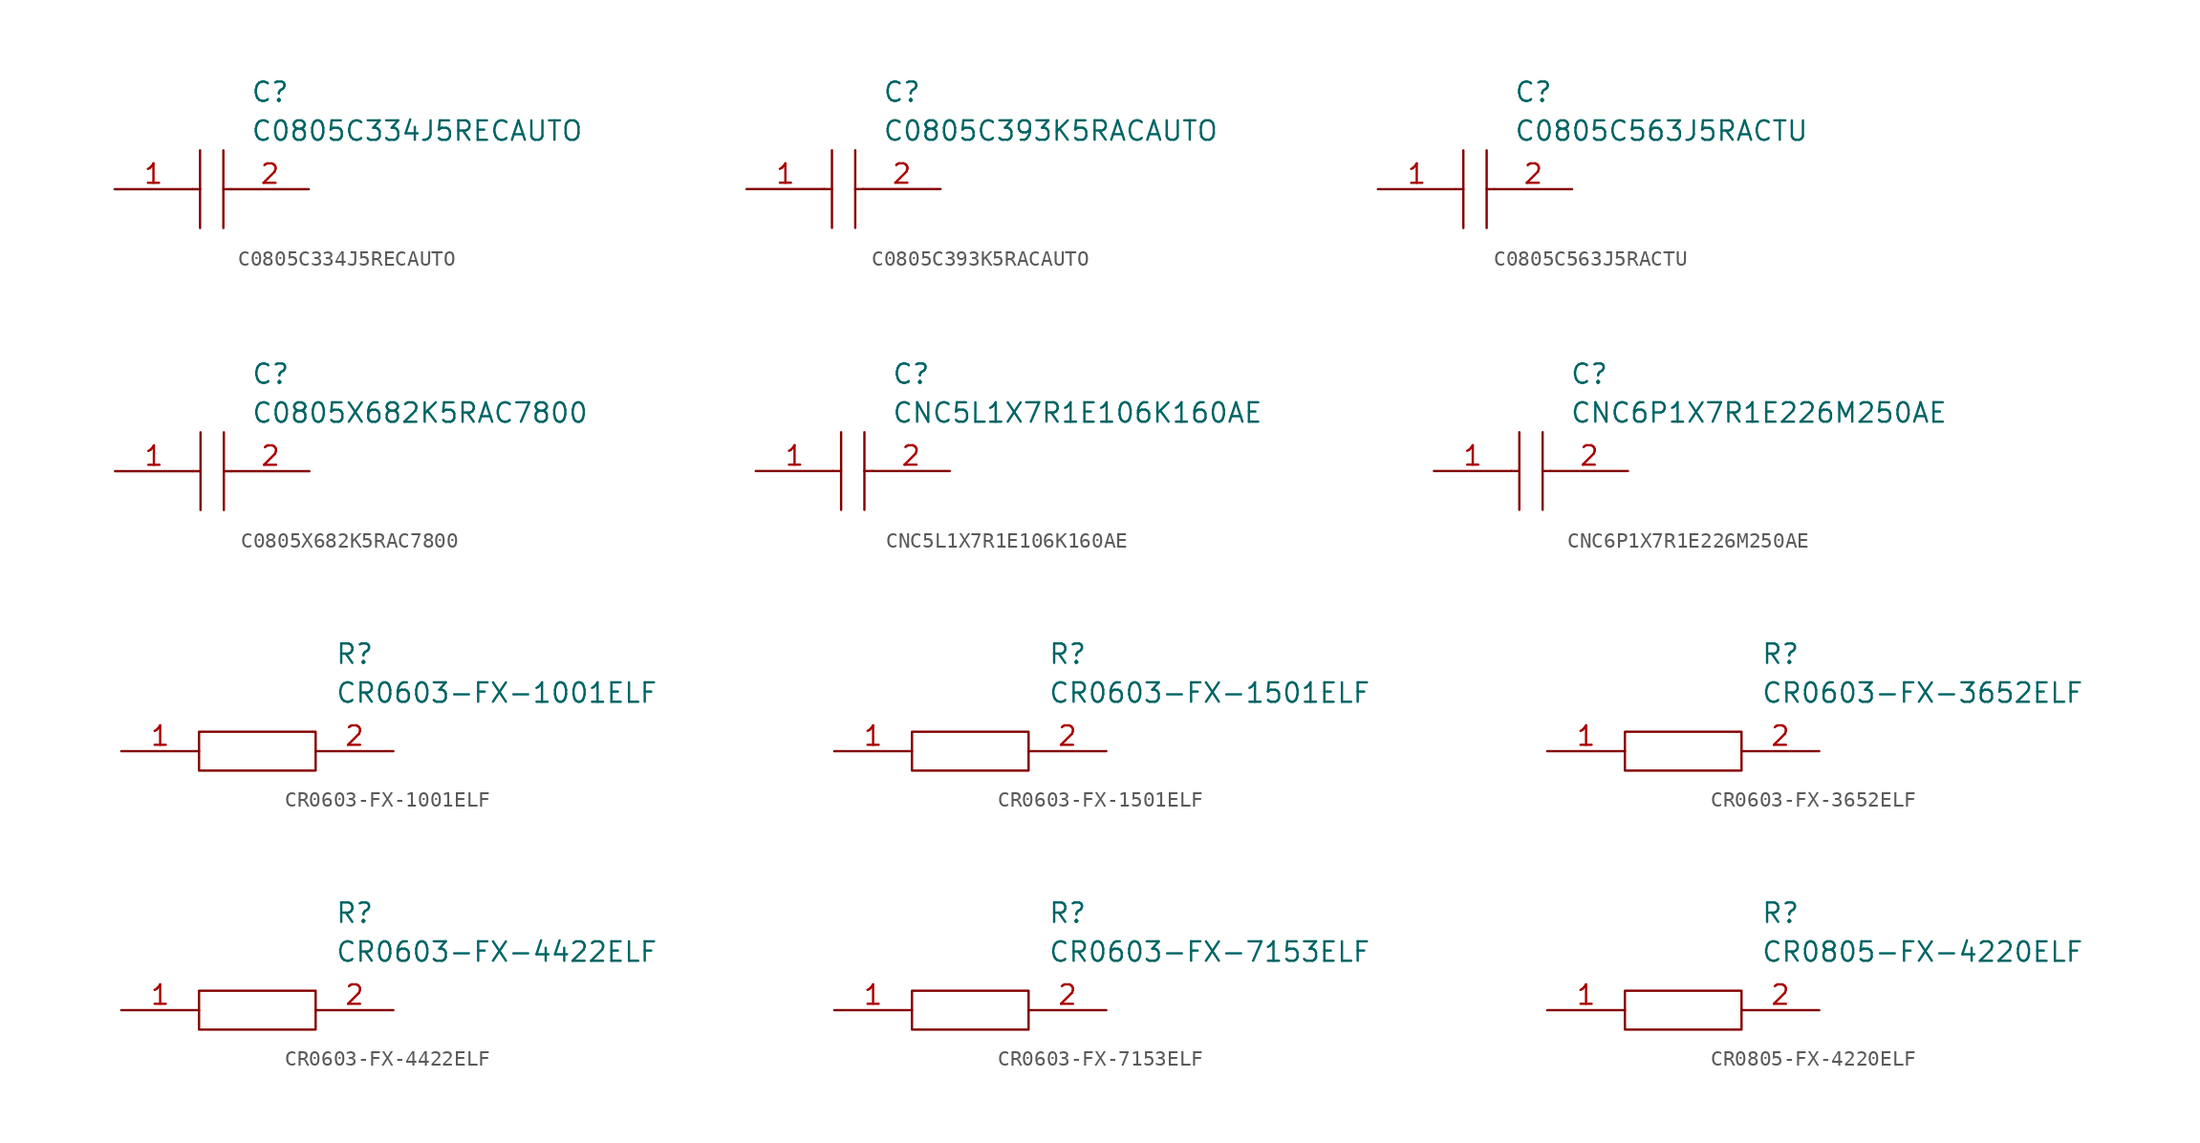
<source format=kicad_sym>
(kicad_symbol_lib
  (version 20211014)
  (generator kicad_symbol_editor)
  (symbol "C0805C334J5RECAUTO"
    (pin_names
      (offset 0.762))
    (property "Reference" "C"
      (at 8.89 6.35 0)
      (effects (font (size 1.27 1.27)) (justify left)))
    (property "Value" "C0805C334J5RECAUTO"
      (at 8.89 3.81 0)
      (effects (font (size 1.27 1.27)) (justify left)))
    (symbol "C0805C334J5RECAUTO_0_0"
      (pin passive line (at 0 0 0) (length 5.08) (name "~" (effects (font (size 1.27 1.27)))) (number "1" (effects (font (size 1.27 1.27)))))
      (pin passive line (at 12.7 0 180) (length 5.08) (name "~" (effects (font (size 1.27 1.27)))) (number "2" (effects (font (size 1.27 1.27))))))
    (symbol "C0805C334J5RECAUTO_0_1"
      (polyline (pts (xy 5.08 0) (xy 5.588 0)) (stroke (width 0.152) (type default) (color 0 0 0 0)) (fill (type none)))
      (polyline (pts (xy 5.588 2.54) (xy 5.588 -2.54)) (stroke (width 0.152) (type default) (color 0 0 0 0)) (fill (type none)))
      (polyline (pts (xy 7.112 0) (xy 7.62 0)) (stroke (width 0.152) (type default) (color 0 0 0 0)) (fill (type none)))
      (polyline (pts (xy 7.112 2.54) (xy 7.112 -2.54)) (stroke (width 0.152) (type default) (color 0 0 0 0)) (fill (type none)))))
  (symbol "C0805C393K5RACAUTO"
    (pin_names
      (offset 0.762))
    (property "Reference" "C"
      (at 8.89 6.35 0)
      (effects (font (size 1.27 1.27)) (justify left)))
    (property "Value" "C0805C393K5RACAUTO"
      (at 8.89 3.81 0)
      (effects (font (size 1.27 1.27)) (justify left)))
    (symbol "C0805C393K5RACAUTO_0_0"
      (pin passive line (at 0 0 0) (length 5.08) (name "~" (effects (font (size 1.27 1.27)))) (number "1" (effects (font (size 1.27 1.27)))))
      (pin passive line (at 12.7 0 180) (length 5.08) (name "~" (effects (font (size 1.27 1.27)))) (number "2" (effects (font (size 1.27 1.27))))))
    (symbol "C0805C393K5RACAUTO_0_1"
      (polyline (pts (xy 5.08 0) (xy 5.588 0)) (stroke (width 0.152) (type default) (color 0 0 0 0)) (fill (type none)))
      (polyline (pts (xy 5.588 2.54) (xy 5.588 -2.54)) (stroke (width 0.152) (type default) (color 0 0 0 0)) (fill (type none)))
      (polyline (pts (xy 7.112 0) (xy 7.62 0)) (stroke (width 0.152) (type default) (color 0 0 0 0)) (fill (type none)))
      (polyline (pts (xy 7.112 2.54) (xy 7.112 -2.54)) (stroke (width 0.152) (type default) (color 0 0 0 0)) (fill (type none)))))
  (symbol "C0805C563J5RACTU"
    (pin_names
      (offset 0.762))
    (property "Reference" "C"
      (at 8.89 6.35 0)
      (effects (font (size 1.27 1.27)) (justify left)))
    (property "Value" "C0805C563J5RACTU"
      (at 8.89 3.81 0)
      (effects (font (size 1.27 1.27)) (justify left)))
    (symbol "C0805C563J5RACTU_0_0"
      (pin passive line (at 0 0 0) (length 5.08) (name "~" (effects (font (size 1.27 1.27)))) (number "1" (effects (font (size 1.27 1.27)))))
      (pin passive line (at 12.7 0 180) (length 5.08) (name "~" (effects (font (size 1.27 1.27)))) (number "2" (effects (font (size 1.27 1.27))))))
    (symbol "C0805C563J5RACTU_0_1"
      (polyline (pts (xy 5.08 0) (xy 5.588 0)) (stroke (width 0.152) (type default) (color 0 0 0 0)) (fill (type none)))
      (polyline (pts (xy 5.588 2.54) (xy 5.588 -2.54)) (stroke (width 0.152) (type default) (color 0 0 0 0)) (fill (type none)))
      (polyline (pts (xy 7.112 0) (xy 7.62 0)) (stroke (width 0.152) (type default) (color 0 0 0 0)) (fill (type none)))
      (polyline (pts (xy 7.112 2.54) (xy 7.112 -2.54)) (stroke (width 0.152) (type default) (color 0 0 0 0)) (fill (type none)))))
  (symbol "C0805X682K5RAC7800"
    (pin_names
      (offset 0.762))
    (property "Reference" "C"
      (at 8.89 6.35 0)
      (effects (font (size 1.27 1.27)) (justify left)))
    (property "Value" "C0805X682K5RAC7800"
      (at 8.89 3.81 0)
      (effects (font (size 1.27 1.27)) (justify left)))
    (symbol "C0805X682K5RAC7800_0_0"
      (pin passive line (at 0 0 0) (length 5.08) (name "~" (effects (font (size 1.27 1.27)))) (number "1" (effects (font (size 1.27 1.27)))))
      (pin passive line (at 12.7 0 180) (length 5.08) (name "~" (effects (font (size 1.27 1.27)))) (number "2" (effects (font (size 1.27 1.27))))))
    (symbol "C0805X682K5RAC7800_0_1"
      (polyline (pts (xy 5.08 0) (xy 5.588 0)) (stroke (width 0.152) (type default) (color 0 0 0 0)) (fill (type none)))
      (polyline (pts (xy 5.588 2.54) (xy 5.588 -2.54)) (stroke (width 0.152) (type default) (color 0 0 0 0)) (fill (type none)))
      (polyline (pts (xy 7.112 0) (xy 7.62 0)) (stroke (width 0.152) (type default) (color 0 0 0 0)) (fill (type none)))
      (polyline (pts (xy 7.112 2.54) (xy 7.112 -2.54)) (stroke (width 0.152) (type default) (color 0 0 0 0)) (fill (type none)))))
  (symbol "CNC5L1X7R1E106K160AE"
    (pin_names
      (offset 0.762))
    (property "Reference" "C"
      (at 8.89 6.35 0)
      (effects (font (size 1.27 1.27)) (justify left)))
    (property "Value" "CNC5L1X7R1E106K160AE"
      (at 8.89 3.81 0)
      (effects (font (size 1.27 1.27)) (justify left)))
    (symbol "CNC5L1X7R1E106K160AE_0_0"
      (pin passive line (at 0 0 0) (length 5.08) (name "~" (effects (font (size 1.27 1.27)))) (number "1" (effects (font (size 1.27 1.27)))))
      (pin passive line (at 12.7 0 180) (length 5.08) (name "~" (effects (font (size 1.27 1.27)))) (number "2" (effects (font (size 1.27 1.27))))))
    (symbol "CNC5L1X7R1E106K160AE_0_1"
      (polyline (pts (xy 5.08 0) (xy 5.588 0)) (stroke (width 0.152) (type default) (color 0 0 0 0)) (fill (type none)))
      (polyline (pts (xy 5.588 2.54) (xy 5.588 -2.54)) (stroke (width 0.152) (type default) (color 0 0 0 0)) (fill (type none)))
      (polyline (pts (xy 7.112 0) (xy 7.62 0)) (stroke (width 0.152) (type default) (color 0 0 0 0)) (fill (type none)))
      (polyline (pts (xy 7.112 2.54) (xy 7.112 -2.54)) (stroke (width 0.152) (type default) (color 0 0 0 0)) (fill (type none)))))
  (symbol "CNC6P1X7R1E226M250AE"
    (pin_names
      (offset 0.762))
    (property "Reference" "C"
      (at 8.89 6.35 0)
      (effects (font (size 1.27 1.27)) (justify left)))
    (property "Value" "CNC6P1X7R1E226M250AE"
      (at 8.89 3.81 0)
      (effects (font (size 1.27 1.27)) (justify left)))
    (symbol "CNC6P1X7R1E226M250AE_0_0"
      (pin passive line (at 0 0 0) (length 5.08) (name "~" (effects (font (size 1.27 1.27)))) (number "1" (effects (font (size 1.27 1.27)))))
      (pin passive line (at 12.7 0 180) (length 5.08) (name "~" (effects (font (size 1.27 1.27)))) (number "2" (effects (font (size 1.27 1.27))))))
    (symbol "CNC6P1X7R1E226M250AE_0_1"
      (polyline (pts (xy 5.08 0) (xy 5.588 0)) (stroke (width 0.152) (type default) (color 0 0 0 0)) (fill (type none)))
      (polyline (pts (xy 5.588 2.54) (xy 5.588 -2.54)) (stroke (width 0.152) (type default) (color 0 0 0 0)) (fill (type none)))
      (polyline (pts (xy 7.112 0) (xy 7.62 0)) (stroke (width 0.152) (type default) (color 0 0 0 0)) (fill (type none)))
      (polyline (pts (xy 7.112 2.54) (xy 7.112 -2.54)) (stroke (width 0.152) (type default) (color 0 0 0 0)) (fill (type none)))))
  (symbol "CR0603-FX-1001ELF"
    (pin_names
      (offset 0.762))
    (property "Reference" "R"
      (at 13.97 6.35 0)
      (effects (font (size 1.27 1.27)) (justify left)))
    (property "Value" "CR0603-FX-1001ELF"
      (at 13.97 3.81 0)
      (effects (font (size 1.27 1.27)) (justify left)))
    (symbol "CR0603-FX-1001ELF_0_0"
      (pin passive line (at 0 0 0) (length 5.08) (name "~" (effects (font (size 1.27 1.27)))) (number "1" (effects (font (size 1.27 1.27)))))
      (pin passive line (at 17.78 0 180) (length 5.08) (name "~" (effects (font (size 1.27 1.27)))) (number "2" (effects (font (size 1.27 1.27))))))
    (symbol "CR0603-FX-1001ELF_0_1"
      (polyline (pts (xy 5.08 1.27) (xy 12.7 1.27) (xy 12.7 -1.27) (xy 5.08 -1.27) (xy 5.08 1.27)) (stroke (width 0.152) (type default) (color 0 0 0 0)) (fill (type none)))))
  (symbol "CR0603-FX-1501ELF"
    (pin_names
      (offset 0.762))
    (property "Reference" "R"
      (at 13.97 6.35 0)
      (effects (font (size 1.27 1.27)) (justify left)))
    (property "Value" "CR0603-FX-1501ELF"
      (at 13.97 3.81 0)
      (effects (font (size 1.27 1.27)) (justify left)))
    (symbol "CR0603-FX-1501ELF_0_0"
      (pin passive line (at 0 0 0) (length 5.08) (name "~" (effects (font (size 1.27 1.27)))) (number "1" (effects (font (size 1.27 1.27)))))
      (pin passive line (at 17.78 0 180) (length 5.08) (name "~" (effects (font (size 1.27 1.27)))) (number "2" (effects (font (size 1.27 1.27))))))
    (symbol "CR0603-FX-1501ELF_0_1"
      (polyline (pts (xy 5.08 1.27) (xy 12.7 1.27) (xy 12.7 -1.27) (xy 5.08 -1.27) (xy 5.08 1.27)) (stroke (width 0.152) (type default) (color 0 0 0 0)) (fill (type none)))))
  (symbol "CR0603-FX-3652ELF"
    (pin_names
      (offset 0.762))
    (property "Reference" "R"
      (at 13.97 6.35 0)
      (effects (font (size 1.27 1.27)) (justify left)))
    (property "Value" "CR0603-FX-3652ELF"
      (at 13.97 3.81 0)
      (effects (font (size 1.27 1.27)) (justify left)))
    (symbol "CR0603-FX-3652ELF_0_0"
      (pin passive line (at 0 0 0) (length 5.08) (name "~" (effects (font (size 1.27 1.27)))) (number "1" (effects (font (size 1.27 1.27)))))
      (pin passive line (at 17.78 0 180) (length 5.08) (name "~" (effects (font (size 1.27 1.27)))) (number "2" (effects (font (size 1.27 1.27))))))
    (symbol "CR0603-FX-3652ELF_0_1"
      (polyline (pts (xy 5.08 1.27) (xy 12.7 1.27) (xy 12.7 -1.27) (xy 5.08 -1.27) (xy 5.08 1.27)) (stroke (width 0.152) (type default) (color 0 0 0 0)) (fill (type none)))))
  (symbol "CR0603-FX-4422ELF"
    (pin_names
      (offset 0.762))
    (property "Reference" "R"
      (at 13.97 6.35 0)
      (effects (font (size 1.27 1.27)) (justify left)))
    (property "Value" "CR0603-FX-4422ELF"
      (at 13.97 3.81 0)
      (effects (font (size 1.27 1.27)) (justify left)))
    (symbol "CR0603-FX-4422ELF_0_0"
      (pin passive line (at 0 0 0) (length 5.08) (name "~" (effects (font (size 1.27 1.27)))) (number "1" (effects (font (size 1.27 1.27)))))
      (pin passive line (at 17.78 0 180) (length 5.08) (name "~" (effects (font (size 1.27 1.27)))) (number "2" (effects (font (size 1.27 1.27))))))
    (symbol "CR0603-FX-4422ELF_0_1"
      (polyline (pts (xy 5.08 1.27) (xy 12.7 1.27) (xy 12.7 -1.27) (xy 5.08 -1.27) (xy 5.08 1.27)) (stroke (width 0.152) (type default) (color 0 0 0 0)) (fill (type none)))))
  (symbol "CR0603-FX-7153ELF"
    (pin_names
      (offset 0.762))
    (property "Reference" "R"
      (at 13.97 6.35 0)
      (effects (font (size 1.27 1.27)) (justify left)))
    (property "Value" "CR0603-FX-7153ELF"
      (at 13.97 3.81 0)
      (effects (font (size 1.27 1.27)) (justify left)))
    (symbol "CR0603-FX-7153ELF_0_0"
      (pin passive line (at 0 0 0) (length 5.08) (name "~" (effects (font (size 1.27 1.27)))) (number "1" (effects (font (size 1.27 1.27)))))
      (pin passive line (at 17.78 0 180) (length 5.08) (name "~" (effects (font (size 1.27 1.27)))) (number "2" (effects (font (size 1.27 1.27))))))
    (symbol "CR0603-FX-7153ELF_0_1"
      (polyline (pts (xy 5.08 1.27) (xy 12.7 1.27) (xy 12.7 -1.27) (xy 5.08 -1.27) (xy 5.08 1.27)) (stroke (width 0.152) (type default) (color 0 0 0 0)) (fill (type none)))))
  (symbol "CR0805-FX-4220ELF"
    (pin_names
      (offset 0.762))
    (property "Reference" "R"
      (at 13.97 6.35 0)
      (effects (font (size 1.27 1.27)) (justify left)))
    (property "Value" "CR0805-FX-4220ELF"
      (at 13.97 3.81 0)
      (effects (font (size 1.27 1.27)) (justify left)))
    (symbol "CR0805-FX-4220ELF_0_0"
      (pin passive line (at 0 0 0) (length 5.08) (name "~" (effects (font (size 1.27 1.27)))) (number "1" (effects (font (size 1.27 1.27)))))
      (pin passive line (at 17.78 0 180) (length 5.08) (name "~" (effects (font (size 1.27 1.27)))) (number "2" (effects (font (size 1.27 1.27))))))
    (symbol "CR0805-FX-4220ELF_0_1"
      (polyline (pts (xy 5.08 1.27) (xy 12.7 1.27) (xy 12.7 -1.27) (xy 5.08 -1.27) (xy 5.08 1.27)) (stroke (width 0.152) (type default) (color 0 0 0 0)) (fill (type none))))))
</source>
